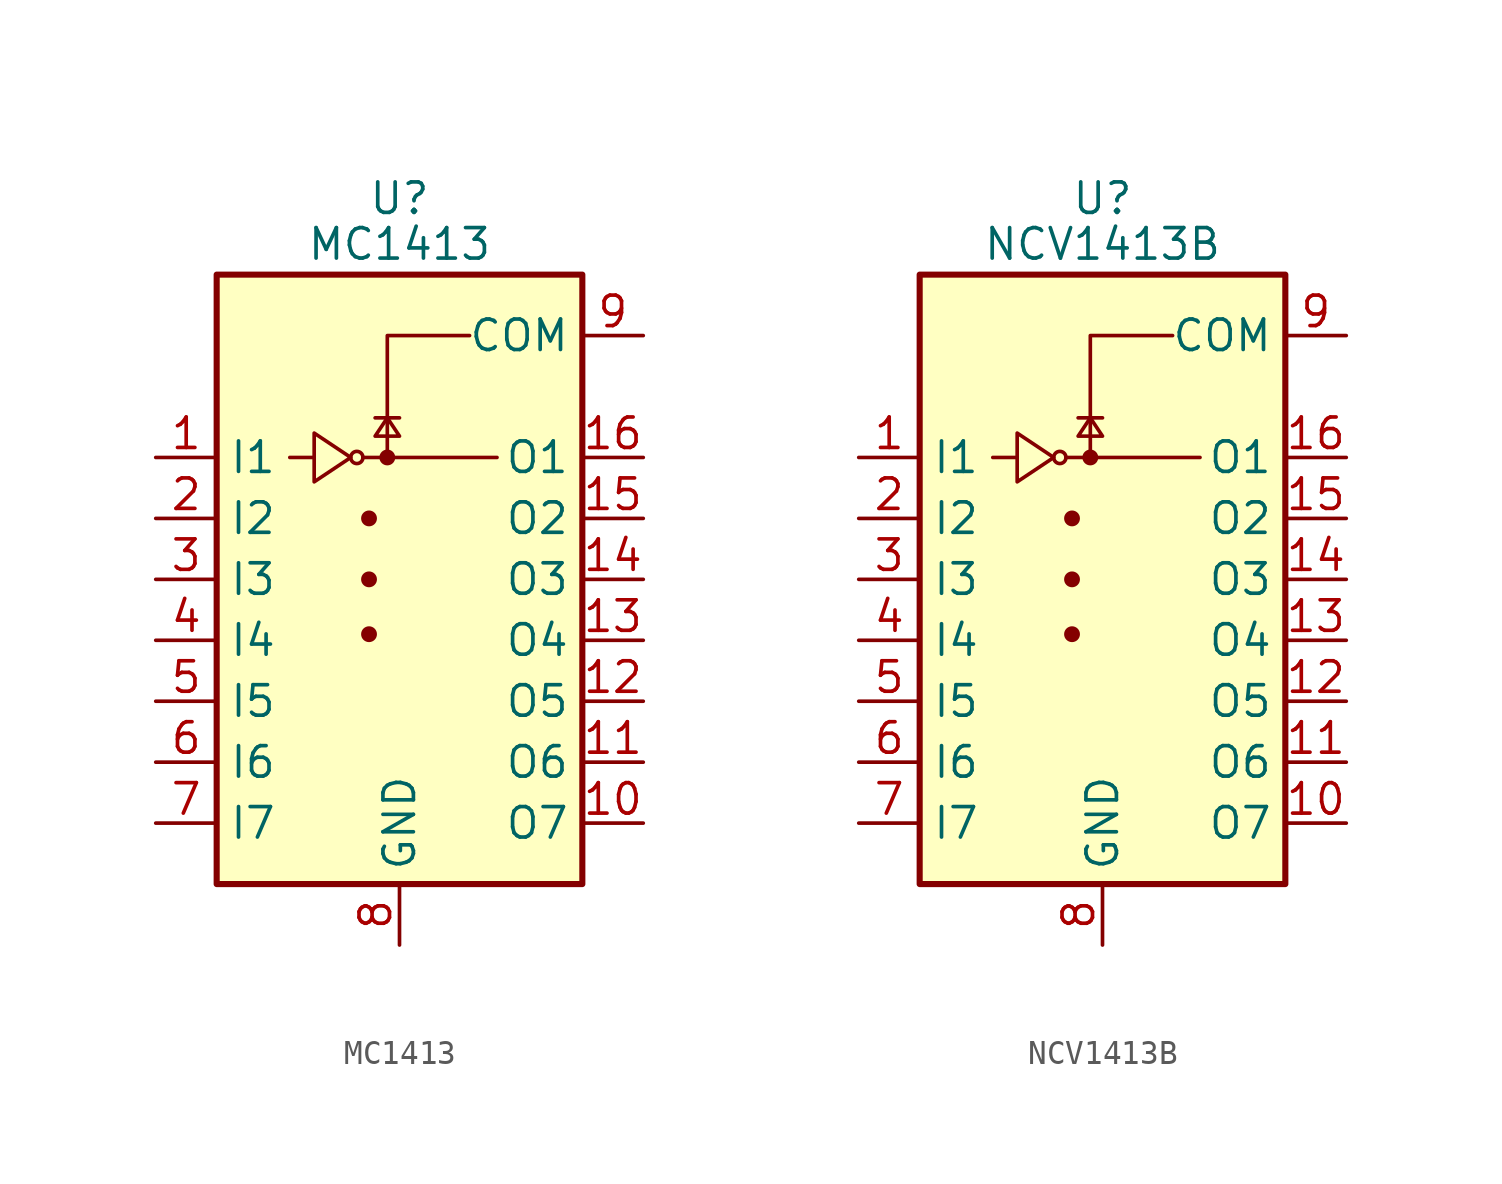
<source format=kicad_sym>
(kicad_symbol_lib
  (version 20200908)
  (generator kicad_symbol_editor)
  (symbol "Transistor_Array:MC1413"
    (property "Reference" "U"
      (at 0 15.875 0)
      (effects (font (size 1.27 1.27))))
    (property "Value" "MC1413"
      (at 0 13.97 0)
      (effects (font (size 1.27 1.27))))
    (symbol "MC1413_0_1"
      (circle (center -1.778 5.08) (radius 0.254) (stroke (width 0)) (fill (type none)))
      (circle (center -1.27 -2.286) (radius 0.254) (stroke (width 0)) (fill (type outline)))
      (circle (center -1.27 0) (radius 0.254) (stroke (width 0)) (fill (type outline)))
      (circle (center -1.27 2.54) (radius 0.254) (stroke (width 0)) (fill (type outline)))
      (circle (center -0.508 5.08) (radius 0.254) (stroke (width 0)) (fill (type outline)))
      (rectangle (start -7.62 -12.7) (end 7.62 12.7) (stroke (width 0.254)) (fill (type background)))
      (polyline (pts (xy -4.572 5.08) (xy -3.556 5.08)) (stroke (width 0)) (fill (type none)))
      (polyline (pts (xy -1.524 5.08) (xy 4.064 5.08)) (stroke (width 0)) (fill (type none)))
      (polyline (pts (xy 0 6.731) (xy -1.016 6.731)) (stroke (width 0)) (fill (type none)))
      (polyline (pts (xy -0.508 5.08) (xy -0.508 10.16) (xy 2.921 10.16)) (stroke (width 0)) (fill (type none)))
      (polyline (pts (xy -3.556 6.096) (xy -3.556 4.064) (xy -2.032 5.08) (xy -3.556 6.096)) (stroke (width 0)) (fill (type none)))
      (polyline (pts (xy 0 5.969) (xy -1.016 5.969) (xy -0.508 6.731) (xy 0 5.969)) (stroke (width 0)) (fill (type none))))
    (symbol "MC1413_1_1"
      (pin input line (at -10.16 5.08 0) (length 2.54) (name "I1" (effects (font (size 1.27 1.27)))) (number "1" (effects (font (size 1.27 1.27)))))
      (pin open_collector line (at 10.16 -10.16 180) (length 2.54) (name "O7" (effects (font (size 1.27 1.27)))) (number "10" (effects (font (size 1.27 1.27)))))
      (pin open_collector line (at 10.16 -7.62 180) (length 2.54) (name "O6" (effects (font (size 1.27 1.27)))) (number "11" (effects (font (size 1.27 1.27)))))
      (pin open_collector line (at 10.16 -5.08 180) (length 2.54) (name "O5" (effects (font (size 1.27 1.27)))) (number "12" (effects (font (size 1.27 1.27)))))
      (pin open_collector line (at 10.16 -2.54 180) (length 2.54) (name "O4" (effects (font (size 1.27 1.27)))) (number "13" (effects (font (size 1.27 1.27)))))
      (pin open_collector line (at 10.16 0 180) (length 2.54) (name "O3" (effects (font (size 1.27 1.27)))) (number "14" (effects (font (size 1.27 1.27)))))
      (pin open_collector line (at 10.16 2.54 180) (length 2.54) (name "O2" (effects (font (size 1.27 1.27)))) (number "15" (effects (font (size 1.27 1.27)))))
      (pin open_collector line (at 10.16 5.08 180) (length 2.54) (name "O1" (effects (font (size 1.27 1.27)))) (number "16" (effects (font (size 1.27 1.27)))))
      (pin input line (at -10.16 2.54 0) (length 2.54) (name "I2" (effects (font (size 1.27 1.27)))) (number "2" (effects (font (size 1.27 1.27)))))
      (pin input line (at -10.16 0 0) (length 2.54) (name "I3" (effects (font (size 1.27 1.27)))) (number "3" (effects (font (size 1.27 1.27)))))
      (pin input line (at -10.16 -2.54 0) (length 2.54) (name "I4" (effects (font (size 1.27 1.27)))) (number "4" (effects (font (size 1.27 1.27)))))
      (pin input line (at -10.16 -5.08 0) (length 2.54) (name "I5" (effects (font (size 1.27 1.27)))) (number "5" (effects (font (size 1.27 1.27)))))
      (pin input line (at -10.16 -7.62 0) (length 2.54) (name "I6" (effects (font (size 1.27 1.27)))) (number "6" (effects (font (size 1.27 1.27)))))
      (pin input line (at -10.16 -10.16 0) (length 2.54) (name "I7" (effects (font (size 1.27 1.27)))) (number "7" (effects (font (size 1.27 1.27)))))
      (pin power_in line (at 0 -15.24 90) (length 2.54) (name "GND" (effects (font (size 1.27 1.27)))) (number "8" (effects (font (size 1.27 1.27)))))
      (pin passive line (at 10.16 10.16 180) (length 2.54) (name "COM" (effects (font (size 1.27 1.27)))) (number "9" (effects (font (size 1.27 1.27)))))))
  (symbol "Transistor_Array:NCV1413B"
    (property "Reference" "U"
      (at 0 15.875 0)
      (effects (font (size 1.27 1.27))))
    (property "Value" "NCV1413B"
      (at 0 13.97 0)
      (effects (font (size 1.27 1.27))))
    (symbol "NCV1413B_0_1"
      (circle (center -1.778 5.08) (radius 0.254) (stroke (width 0)) (fill (type none)))
      (circle (center -1.27 -2.286) (radius 0.254) (stroke (width 0)) (fill (type outline)))
      (circle (center -1.27 0) (radius 0.254) (stroke (width 0)) (fill (type outline)))
      (circle (center -1.27 2.54) (radius 0.254) (stroke (width 0)) (fill (type outline)))
      (circle (center -0.508 5.08) (radius 0.254) (stroke (width 0)) (fill (type outline)))
      (rectangle (start -7.62 -12.7) (end 7.62 12.7) (stroke (width 0.254)) (fill (type background)))
      (polyline (pts (xy -4.572 5.08) (xy -3.556 5.08)) (stroke (width 0)) (fill (type none)))
      (polyline (pts (xy -1.524 5.08) (xy 4.064 5.08)) (stroke (width 0)) (fill (type none)))
      (polyline (pts (xy 0 6.731) (xy -1.016 6.731)) (stroke (width 0)) (fill (type none)))
      (polyline (pts (xy -0.508 5.08) (xy -0.508 10.16) (xy 2.921 10.16)) (stroke (width 0)) (fill (type none)))
      (polyline (pts (xy -3.556 6.096) (xy -3.556 4.064) (xy -2.032 5.08) (xy -3.556 6.096)) (stroke (width 0)) (fill (type none)))
      (polyline (pts (xy 0 5.969) (xy -1.016 5.969) (xy -0.508 6.731) (xy 0 5.969)) (stroke (width 0)) (fill (type none))))
    (symbol "NCV1413B_1_1"
      (pin input line (at -10.16 5.08 0) (length 2.54) (name "I1" (effects (font (size 1.27 1.27)))) (number "1" (effects (font (size 1.27 1.27)))))
      (pin open_collector line (at 10.16 -10.16 180) (length 2.54) (name "O7" (effects (font (size 1.27 1.27)))) (number "10" (effects (font (size 1.27 1.27)))))
      (pin open_collector line (at 10.16 -7.62 180) (length 2.54) (name "O6" (effects (font (size 1.27 1.27)))) (number "11" (effects (font (size 1.27 1.27)))))
      (pin open_collector line (at 10.16 -5.08 180) (length 2.54) (name "O5" (effects (font (size 1.27 1.27)))) (number "12" (effects (font (size 1.27 1.27)))))
      (pin open_collector line (at 10.16 -2.54 180) (length 2.54) (name "O4" (effects (font (size 1.27 1.27)))) (number "13" (effects (font (size 1.27 1.27)))))
      (pin open_collector line (at 10.16 0 180) (length 2.54) (name "O3" (effects (font (size 1.27 1.27)))) (number "14" (effects (font (size 1.27 1.27)))))
      (pin open_collector line (at 10.16 2.54 180) (length 2.54) (name "O2" (effects (font (size 1.27 1.27)))) (number "15" (effects (font (size 1.27 1.27)))))
      (pin open_collector line (at 10.16 5.08 180) (length 2.54) (name "O1" (effects (font (size 1.27 1.27)))) (number "16" (effects (font (size 1.27 1.27)))))
      (pin input line (at -10.16 2.54 0) (length 2.54) (name "I2" (effects (font (size 1.27 1.27)))) (number "2" (effects (font (size 1.27 1.27)))))
      (pin input line (at -10.16 0 0) (length 2.54) (name "I3" (effects (font (size 1.27 1.27)))) (number "3" (effects (font (size 1.27 1.27)))))
      (pin input line (at -10.16 -2.54 0) (length 2.54) (name "I4" (effects (font (size 1.27 1.27)))) (number "4" (effects (font (size 1.27 1.27)))))
      (pin input line (at -10.16 -5.08 0) (length 2.54) (name "I5" (effects (font (size 1.27 1.27)))) (number "5" (effects (font (size 1.27 1.27)))))
      (pin input line (at -10.16 -7.62 0) (length 2.54) (name "I6" (effects (font (size 1.27 1.27)))) (number "6" (effects (font (size 1.27 1.27)))))
      (pin input line (at -10.16 -10.16 0) (length 2.54) (name "I7" (effects (font (size 1.27 1.27)))) (number "7" (effects (font (size 1.27 1.27)))))
      (pin power_in line (at 0 -15.24 90) (length 2.54) (name "GND" (effects (font (size 1.27 1.27)))) (number "8" (effects (font (size 1.27 1.27)))))
      (pin passive line (at 10.16 10.16 180) (length 2.54) (name "COM" (effects (font (size 1.27 1.27)))) (number "9" (effects (font (size 1.27 1.27))))))))
</source>
